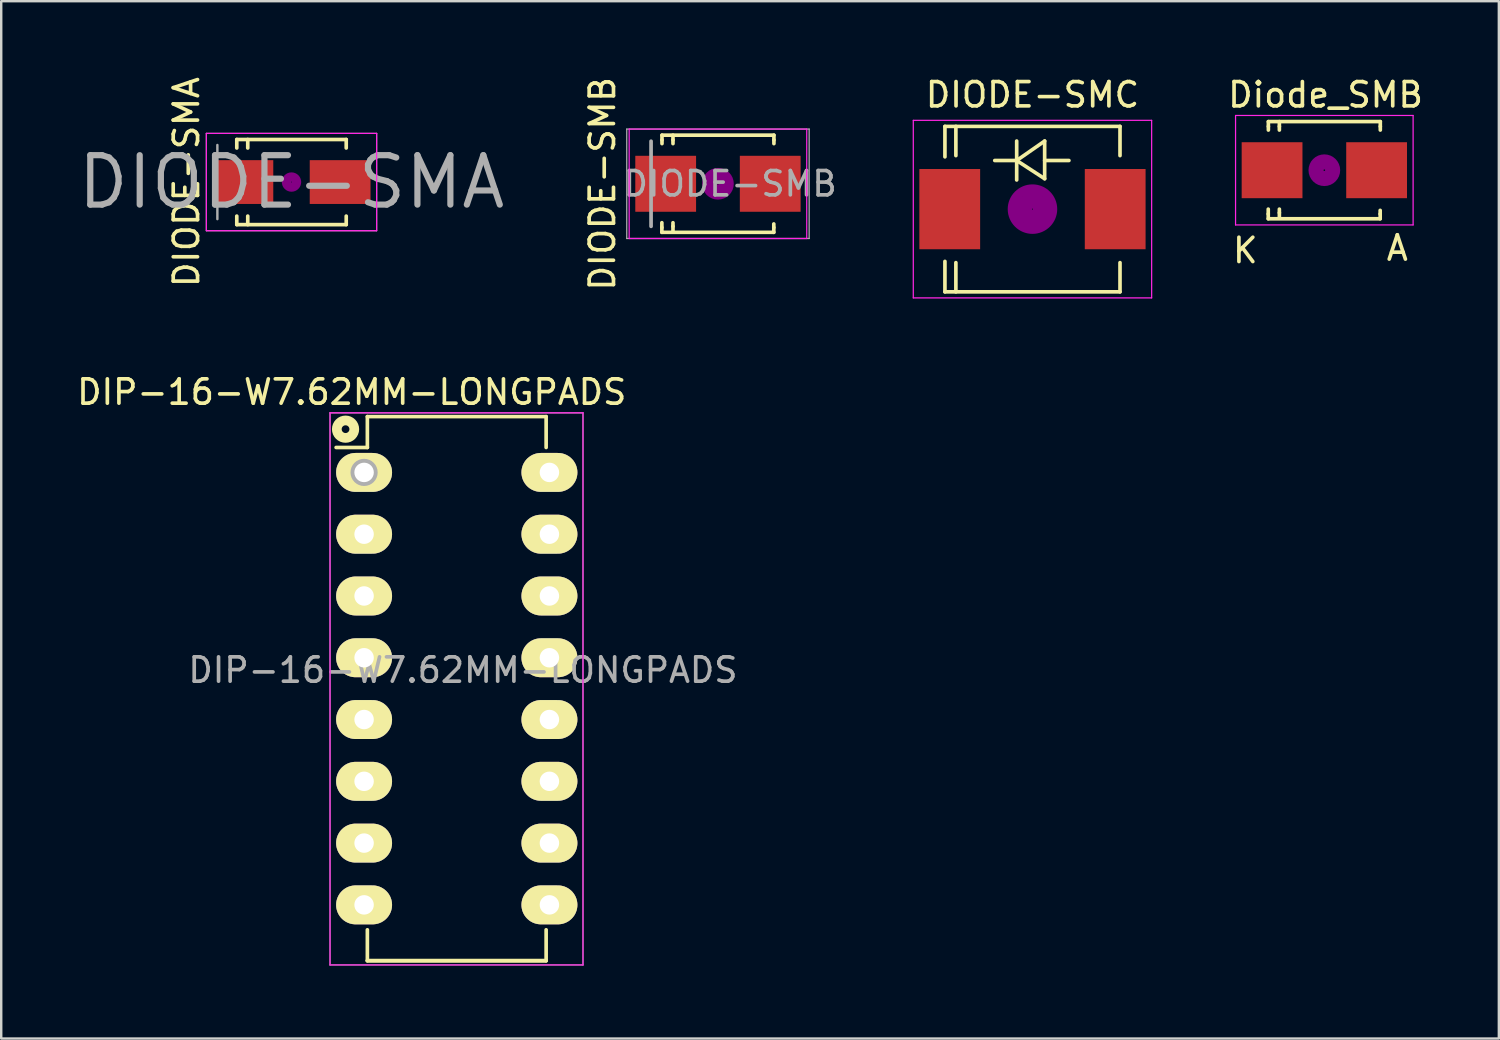
<source format=kicad_pcb>
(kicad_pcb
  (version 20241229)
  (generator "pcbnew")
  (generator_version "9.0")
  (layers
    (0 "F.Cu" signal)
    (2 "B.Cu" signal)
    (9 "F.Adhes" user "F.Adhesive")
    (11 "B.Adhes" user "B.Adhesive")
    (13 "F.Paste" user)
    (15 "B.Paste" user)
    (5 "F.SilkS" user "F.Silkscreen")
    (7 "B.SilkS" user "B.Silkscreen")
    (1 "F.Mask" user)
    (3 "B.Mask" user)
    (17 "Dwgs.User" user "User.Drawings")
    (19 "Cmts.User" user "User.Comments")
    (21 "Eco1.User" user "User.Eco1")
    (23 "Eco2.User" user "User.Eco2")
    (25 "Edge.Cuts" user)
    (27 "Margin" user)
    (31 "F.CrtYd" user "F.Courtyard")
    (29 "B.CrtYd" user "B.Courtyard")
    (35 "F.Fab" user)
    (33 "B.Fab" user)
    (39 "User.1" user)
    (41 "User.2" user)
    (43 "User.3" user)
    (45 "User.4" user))
  (footprint "DIODE-SMA"
    (layer "F.Cu")
    (at 8.935 4.435)
    (property "Reference" "DIODE-SMA" (at 0 0 0) (layer "F.Fab") (effects (font (size 2.032 2.032) (thickness 0.254))))
    (attr smd)
    (fp_line (start -2.25 -1.75) (end -2.25 -1.4) (stroke (width 0.15) (type solid)) (layer "F.SilkS"))
    (fp_line (start -2.25 -1.75) (end 2.25 -1.75) (stroke (width 0.15) (type solid)) (layer "F.SilkS"))
    (fp_line (start -2.25 1.75) (end -2.25 1.4) (stroke (width 0.15) (type solid)) (layer "F.SilkS"))
    (fp_line (start -2.25 1.75) (end 2.25 1.75) (stroke (width 0.15) (type solid)) (layer "F.SilkS"))
    (fp_line (start -1.799 -1.75) (end -1.799 -1.4) (stroke (width 0.15) (type solid)) (layer "F.SilkS"))
    (fp_line (start -1.799 1.75) (end -1.799 1.4) (stroke (width 0.15) (type solid)) (layer "F.SilkS"))
    (fp_line (start 2.25 -1.75) (end 2.25 -1.4) (stroke (width 0.15) (type solid)) (layer "F.SilkS"))
    (fp_line (start 2.25 1.75) (end 2.25 1.4) (stroke (width 0.15) (type solid)) (layer "F.SilkS"))
    (fp_circle (center 0 0) (end 0.201 -0.051) (stroke (width 0.381) (type solid)) (fill no) (layer "F.Adhes"))
    (fp_line (start -3.5 -2) (end 3.5 -2) (stroke (width 0.05) (type solid)) (layer "F.CrtYd"))
    (fp_line (start -3.5 2) (end -3.5 -2) (stroke (width 0.05) (type solid)) (layer "F.CrtYd"))
    (fp_line (start 3.5 -2) (end 3.5 2) (stroke (width 0.05) (type solid)) (layer "F.CrtYd"))
    (fp_line (start 3.5 2) (end -3.5 2) (stroke (width 0.05) (type solid)) (layer "F.CrtYd"))
    (fp_line (start -3.5 -2) (end 3.5 -2) (stroke (width 0.05) (type solid)) (layer "F.Fab"))
    (fp_line (start -3.5 2) (end -3.5 -2) (stroke (width 0.05) (type solid)) (layer "F.Fab"))
    (fp_line (start -3.048 -1.524) (end -3.048 1.524) (stroke (width 0.1) (type solid)) (layer "F.Fab"))
    (fp_line (start 3.5 -2) (end 3.5 2) (stroke (width 0.05) (type solid)) (layer "F.Fab"))
    (fp_line (start 3.5 2) (end -3.5 2) (stroke (width 0.05) (type solid)) (layer "F.Fab"))
    (fp_text user "${REFERENCE}" (at -4.318 0 90) (layer "F.SilkS") (effects (font (size 1 1) (thickness 0.15))))
    (pad "1" smd rect (at -1.999 0) (size 2.499 1.801) (layers "F.Cu" "F.Mask" "F.Paste"))
    (pad "2" smd rect (at 1.999 0) (size 2.499 1.801) (layers "F.Cu" "F.Mask" "F.Paste")))
  (footprint "DIODE-SMB"
    (layer "F.Cu")
    (at 26.468 4.506)
    (property "Reference" "DIODE-SMB" (at 0.5 0 0) (layer "F.Fab") (effects (font (size 1 1) (thickness 0.15))))
    (attr smd)
    (fp_line (start -2.306 1.8) (end -2.306 1.6) (stroke (width 0.15) (type solid)) (layer "F.SilkS"))
    (fp_line (start -2.306 1.996) (end -2.306 1.798) (stroke (width 0.15) (type solid)) (layer "F.SilkS"))
    (fp_line (start -2.306 1.996) (end 2.296 1.996) (stroke (width 0.15) (type solid)) (layer "F.SilkS"))
    (fp_line (start -2.301 -1.999) (end -2.301 -1.801) (stroke (width 0.15) (type solid)) (layer "F.SilkS"))
    (fp_line (start -2.301 -1.999) (end 2.301 -1.999) (stroke (width 0.15) (type solid)) (layer "F.SilkS"))
    (fp_line (start -2.301 -1.8) (end -2.301 -1.651) (stroke (width 0.15) (type solid)) (layer "F.SilkS"))
    (fp_line (start -1.849 -1.999) (end -1.849 -1.801) (stroke (width 0.15) (type solid)) (layer "F.SilkS"))
    (fp_line (start -1.849 -1.8) (end -1.849 -1.651) (stroke (width 0.15) (type solid)) (layer "F.SilkS"))
    (fp_line (start -1.849 1.75) (end -1.849 1.601) (stroke (width 0.15) (type solid)) (layer "F.SilkS"))
    (fp_line (start -1.849 1.949) (end -1.849 1.751) (stroke (width 0.15) (type solid)) (layer "F.SilkS"))
    (fp_line (start 2.296 1.8) (end 2.296 1.651) (stroke (width 0.15) (type solid)) (layer "F.SilkS"))
    (fp_line (start 2.296 1.996) (end 2.296 1.798) (stroke (width 0.15) (type solid)) (layer "F.SilkS"))
    (fp_line (start 2.301 -1.999) (end 2.301 -1.801) (stroke (width 0.15) (type solid)) (layer "F.SilkS"))
    (fp_line (start 2.301 -1.8) (end 2.301 -1.651) (stroke (width 0.15) (type solid)) (layer "F.SilkS"))
    (fp_circle (center 0 0) (end 0.201 0.099) (stroke (width 0.381) (type solid)) (fill no) (layer "F.Adhes"))
    (fp_circle (center 0 0) (end 0.45 0.099) (stroke (width 0.381) (type solid)) (fill no) (layer "F.Adhes"))
    (fp_line (start -3.65 -2.25) (end 3.65 -2.25) (stroke (width 0.05) (type solid)) (layer "F.CrtYd"))
    (fp_line (start -3.65 2.25) (end -3.65 -2.25) (stroke (width 0.05) (type solid)) (layer "F.CrtYd"))
    (fp_line (start 3.65 -2.25) (end 3.65 2.25) (stroke (width 0.05) (type solid)) (layer "F.CrtYd"))
    (fp_line (start 3.65 2.25) (end -3.65 2.25) (stroke (width 0.05) (type solid)) (layer "F.CrtYd"))
    (fp_line (start -3.75 -2.25) (end -3.75 2.25) (stroke (width 0.051) (type solid)) (layer "F.Fab"))
    (fp_line (start -3.75 2.25) (end 3.75 2.25) (stroke (width 0.051) (type solid)) (layer "F.Fab"))
    (fp_line (start -2.75 -1.75) (end -2.75 1.75) (stroke (width 0.152) (type solid)) (layer "F.Fab"))
    (fp_line (start 3.75 -2.25) (end -3.75 -2.25) (stroke (width 0.051) (type solid)) (layer "F.Fab"))
    (fp_line (start 3.75 2.25) (end 3.75 -2.25) (stroke (width 0.051) (type solid)) (layer "F.Fab"))
    (fp_text user "${REFERENCE}" (at -4.75 0 90) (layer "F.SilkS") (effects (font (size 1 1) (thickness 0.15))))
    (pad "1" smd rect (at -2.149 0) (size 2.499 2.301) (layers "F.Cu" "F.Mask" "F.Paste"))
    (pad "2" smd rect (at 2.149 0) (size 2.499 2.301) (layers "F.Cu" "F.Mask" "F.Paste")))
  (footprint "Diode_SMB"
    (layer "F.Cu")
    (at 51.399 3.948)
    (property "Reference" "Diode_SMB" (at 0.05 -3.1 0) (layer "F.SilkS") (effects (font (size 1 1) (thickness 0.15))))
    (attr smd)
    (fp_line (start -2.306 1.8) (end -2.306 1.6) (stroke (width 0.15) (type solid)) (layer "F.SilkS"))
    (fp_line (start -2.306 1.996) (end -2.306 1.798) (stroke (width 0.15) (type solid)) (layer "F.SilkS"))
    (fp_line (start -2.306 1.996) (end 2.296 1.996) (stroke (width 0.15) (type solid)) (layer "F.SilkS"))
    (fp_line (start -2.301 -1.999) (end -2.301 -1.801) (stroke (width 0.15) (type solid)) (layer "F.SilkS"))
    (fp_line (start -2.301 -1.999) (end 2.301 -1.999) (stroke (width 0.15) (type solid)) (layer "F.SilkS"))
    (fp_line (start -2.301 -1.8) (end -2.301 -1.651) (stroke (width 0.15) (type solid)) (layer "F.SilkS"))
    (fp_line (start -1.849 -1.999) (end -1.849 -1.801) (stroke (width 0.15) (type solid)) (layer "F.SilkS"))
    (fp_line (start -1.849 -1.8) (end -1.849 -1.651) (stroke (width 0.15) (type solid)) (layer "F.SilkS"))
    (fp_line (start -1.849 1.75) (end -1.849 1.601) (stroke (width 0.15) (type solid)) (layer "F.SilkS"))
    (fp_line (start -1.849 1.949) (end -1.849 1.751) (stroke (width 0.15) (type solid)) (layer "F.SilkS"))
    (fp_line (start 2.296 1.8) (end 2.296 1.651) (stroke (width 0.15) (type solid)) (layer "F.SilkS"))
    (fp_line (start 2.296 1.996) (end 2.296 1.798) (stroke (width 0.15) (type solid)) (layer "F.SilkS"))
    (fp_line (start 2.301 -1.999) (end 2.301 -1.801) (stroke (width 0.15) (type solid)) (layer "F.SilkS"))
    (fp_line (start 2.301 -1.8) (end 2.301 -1.651) (stroke (width 0.15) (type solid)) (layer "F.SilkS"))
    (fp_circle (center 0 0) (end 0.201 0.099) (stroke (width 0.381) (type solid)) (fill no) (layer "F.Adhes"))
    (fp_circle (center 0 0) (end 0.45 0.099) (stroke (width 0.381) (type solid)) (fill no) (layer "F.Adhes"))
    (fp_line (start -3.65 -2.25) (end 3.65 -2.25) (stroke (width 0.05) (type solid)) (layer "F.CrtYd"))
    (fp_line (start -3.65 2.25) (end -3.65 -2.25) (stroke (width 0.05) (type solid)) (layer "F.CrtYd"))
    (fp_line (start 3.65 -2.25) (end 3.65 2.25) (stroke (width 0.05) (type solid)) (layer "F.CrtYd"))
    (fp_line (start 3.65 2.25) (end -3.65 2.25) (stroke (width 0.05) (type solid)) (layer "F.CrtYd"))
    (fp_text user "K" (at -3.25 3.3 0) (layer "F.SilkS") (effects (font (size 1 1) (thickness 0.15))))
    (fp_text user "A" (at 3 3.2 0) (layer "F.SilkS") (effects (font (size 1 1) (thickness 0.15))))
    (pad "1" smd rect (at -2.149 0) (size 2.499 2.301) (layers "F.Cu" "F.Mask" "F.Paste"))
    (pad "2" smd rect (at 2.149 0) (size 2.499 2.301) (layers "F.Cu" "F.Mask" "F.Paste")))
  (footprint "DIODE-SMC"
    (layer "F.Cu")
    (at 39.399 5.548)
    (property "Reference" "DIODE-SMC" (at 0 -4.7 0) (layer "F.SilkS") (effects (font (size 1 1) (thickness 0.15))))
    (attr smd)
    (fp_line (start -3.599 -3.401) (end -3.599 -2.149) (stroke (width 0.15) (type solid)) (layer "F.SilkS"))
    (fp_line (start -3.599 -3.401) (end 3.599 -3.401) (stroke (width 0.15) (type solid)) (layer "F.SilkS"))
    (fp_line (start -3.599 3.401) (end -3.599 2.149) (stroke (width 0.15) (type solid)) (layer "F.SilkS"))
    (fp_line (start -3.599 3.401) (end 3.599 3.401) (stroke (width 0.15) (type solid)) (layer "F.SilkS"))
    (fp_line (start -3.149 -3.401) (end -3.149 -2.2) (stroke (width 0.15) (type solid)) (layer "F.SilkS"))
    (fp_line (start -3.149 3.401) (end -3.149 2.2) (stroke (width 0.15) (type solid)) (layer "F.SilkS"))
    (fp_line (start -0.649 -2.799) (end -0.649 -1.199) (stroke (width 0.15) (type solid)) (layer "F.SilkS"))
    (fp_line (start -0.649 -1.999) (end -1.551 -1.999) (stroke (width 0.15) (type solid)) (layer "F.SilkS"))
    (fp_line (start -0.649 -1.999) (end 0.501 -2.799) (stroke (width 0.15) (type solid)) (layer "F.SilkS"))
    (fp_line (start -0.649 -1.999) (end 0.501 -1.25) (stroke (width 0.15) (type solid)) (layer "F.SilkS"))
    (fp_line (start 0.501 -1.999) (end 1.499 -1.999) (stroke (width 0.15) (type solid)) (layer "F.SilkS"))
    (fp_line (start 0.501 -1.25) (end 0.501 -2.799) (stroke (width 0.15) (type solid)) (layer "F.SilkS"))
    (fp_line (start 3.599 -3.401) (end 3.599 -2.2) (stroke (width 0.15) (type solid)) (layer "F.SilkS"))
    (fp_line (start 3.599 3.401) (end 3.599 2.2) (stroke (width 0.15) (type solid)) (layer "F.SilkS"))
    (fp_circle (center 0 0) (end 0.15 0.15) (stroke (width 0.381) (type solid)) (fill no) (layer "F.Adhes"))
    (fp_circle (center 0 0) (end 0.45 0.201) (stroke (width 0.381) (type solid)) (fill no) (layer "F.Adhes"))
    (fp_circle (center 0 0) (end 0.749 0.351) (stroke (width 0.381) (type solid)) (fill no) (layer "F.Adhes"))
    (fp_line (start -4.9 -3.65) (end 4.9 -3.65) (stroke (width 0.05) (type solid)) (layer "F.CrtYd"))
    (fp_line (start -4.9 3.65) (end -4.9 -3.65) (stroke (width 0.05) (type solid)) (layer "F.CrtYd"))
    (fp_line (start 4.9 -3.65) (end 4.9 3.65) (stroke (width 0.05) (type solid)) (layer "F.CrtYd"))
    (fp_line (start 4.9 3.65) (end -4.9 3.65) (stroke (width 0.05) (type solid)) (layer "F.CrtYd"))
    (pad "1" smd rect (at -3.401 0 90) (size 3.299 2.499) (layers "F.Cu" "F.Mask" "F.Paste"))
    (pad "2" smd rect (at 3.401 0 90) (size 3.299 2.499) (layers "F.Cu" "F.Mask" "F.Paste")))
  (footprint "DIP-16-W7.62MM-LONGPADS"
    (layer "F.Cu")
    (at 11.919 16.373)
    (property "Reference" "DIP-16-W7.62MM-LONGPADS" (at 4.064 8.128 0) (layer "F.Fab") (effects (font (size 1 1) (thickness 0.15))))
    (attr through_hole)
    (fp_line (start 0.135 -2.295) (end 0.135 -1.025) (stroke (width 0.15) (type solid)) (layer "F.SilkS"))
    (fp_line (start 0.135 -2.295) (end 7.485 -2.295) (stroke (width 0.15) (type solid)) (layer "F.SilkS"))
    (fp_line (start 0.135 -1.025) (end -1.15 -1.025) (stroke (width 0.15) (type solid)) (layer "F.SilkS"))
    (fp_line (start 0.135 20.075) (end 0.135 18.805) (stroke (width 0.15) (type solid)) (layer "F.SilkS"))
    (fp_line (start 0.135 20.075) (end 7.485 20.075) (stroke (width 0.15) (type solid)) (layer "F.SilkS"))
    (fp_line (start 0.135 20.075) (end 7.485 20.075) (stroke (width 0.15) (type solid)) (layer "F.SilkS"))
    (fp_line (start 7.485 -2.295) (end 7.485 -1.025) (stroke (width 0.15) (type solid)) (layer "F.SilkS"))
    (fp_line (start 7.485 20.075) (end 7.485 18.805) (stroke (width 0.15) (type solid)) (layer "F.SilkS"))
    (fp_circle (center -0.762 -1.778) (end -0.508 -1.524) (stroke (width 0.4) (type solid)) (fill no) (layer "F.SilkS"))
    (fp_line (start -1.4 -2.45) (end -1.4 20.25) (stroke (width 0.05) (type solid)) (layer "F.CrtYd"))
    (fp_line (start -1.4 -2.45) (end 9 -2.45) (stroke (width 0.05) (type solid)) (layer "F.CrtYd"))
    (fp_line (start -1.4 20.25) (end 9 20.25) (stroke (width 0.05) (type solid)) (layer "F.CrtYd"))
    (fp_line (start 9 -2.45) (end 9 20.25) (stroke (width 0.05) (type solid)) (layer "F.CrtYd"))
    (fp_line (start -1.4 -2.45) (end -1.4 20.25) (stroke (width 0.05) (type solid)) (layer "F.Fab"))
    (fp_line (start -1.4 -2.45) (end 9 -2.45) (stroke (width 0.05) (type solid)) (layer "F.Fab"))
    (fp_line (start -1.4 20.25) (end 9 20.25) (stroke (width 0.05) (type solid)) (layer "F.Fab"))
    (fp_line (start 9 -2.45) (end 9 20.25) (stroke (width 0.05) (type solid)) (layer "F.Fab"))
    (fp_circle (center 0 0) (end 0.254 0.254) (stroke (width 0.4) (type solid)) (fill no) (layer "F.Fab"))
    (fp_text user "${REFERENCE}" (at -0.508 -3.302 0) (layer "F.SilkS") (effects (font (size 1 1) (thickness 0.15))))
    (pad "1" thru_hole oval (at 0 0) (size 2.3 1.6) (drill 0.8) (layers "*.Cu" "*.Mask" "F.SilkS"))
    (pad "2" thru_hole oval (at 0 2.54) (size 2.3 1.6) (drill 0.8) (layers "*.Cu" "*.Mask" "F.SilkS"))
    (pad "3" thru_hole oval (at 0 5.08) (size 2.3 1.6) (drill 0.8) (layers "*.Cu" "*.Mask" "F.SilkS"))
    (pad "4" thru_hole oval (at 0 7.62) (size 2.3 1.6) (drill 0.8) (layers "*.Cu" "*.Mask" "F.SilkS"))
    (pad "5" thru_hole oval (at 0 10.16) (size 2.3 1.6) (drill 0.8) (layers "*.Cu" "*.Mask" "F.SilkS"))
    (pad "6" thru_hole oval (at 0 12.7) (size 2.3 1.6) (drill 0.8) (layers "*.Cu" "*.Mask" "F.SilkS"))
    (pad "7" thru_hole oval (at 0 15.24) (size 2.3 1.6) (drill 0.8) (layers "*.Cu" "*.Mask" "F.SilkS"))
    (pad "8" thru_hole oval (at 0 17.78) (size 2.3 1.6) (drill 0.8) (layers "*.Cu" "*.Mask" "F.SilkS"))
    (pad "9" thru_hole oval (at 7.62 17.78) (size 2.3 1.6) (drill 0.8) (layers "*.Cu" "*.Mask" "F.SilkS"))
    (pad "10" thru_hole oval (at 7.62 15.24) (size 2.3 1.6) (drill 0.8) (layers "*.Cu" "*.Mask" "F.SilkS"))
    (pad "11" thru_hole oval (at 7.62 12.7) (size 2.3 1.6) (drill 0.8) (layers "*.Cu" "*.Mask" "F.SilkS"))
    (pad "12" thru_hole oval (at 7.62 10.16) (size 2.3 1.6) (drill 0.8) (layers "*.Cu" "*.Mask" "F.SilkS"))
    (pad "13" thru_hole oval (at 7.62 7.62) (size 2.3 1.6) (drill 0.8) (layers "*.Cu" "*.Mask" "F.SilkS"))
    (pad "14" thru_hole oval (at 7.62 5.08) (size 2.3 1.6) (drill 0.8) (layers "*.Cu" "*.Mask" "F.SilkS"))
    (pad "15" thru_hole oval (at 7.62 2.54) (size 2.3 1.6) (drill 0.8) (layers "*.Cu" "*.Mask" "F.SilkS"))
    (pad "16" thru_hole oval (at 7.62 0) (size 2.3 1.6) (drill 0.8) (layers "*.Cu" "*.Mask" "F.SilkS")))
  (gr_rect
    (start -3 -3)
    (end 58.574 39.648)
    (stroke (width 0.1) (type default))
    (fill no)
    (layer "Edge.Cuts")))
</source>
